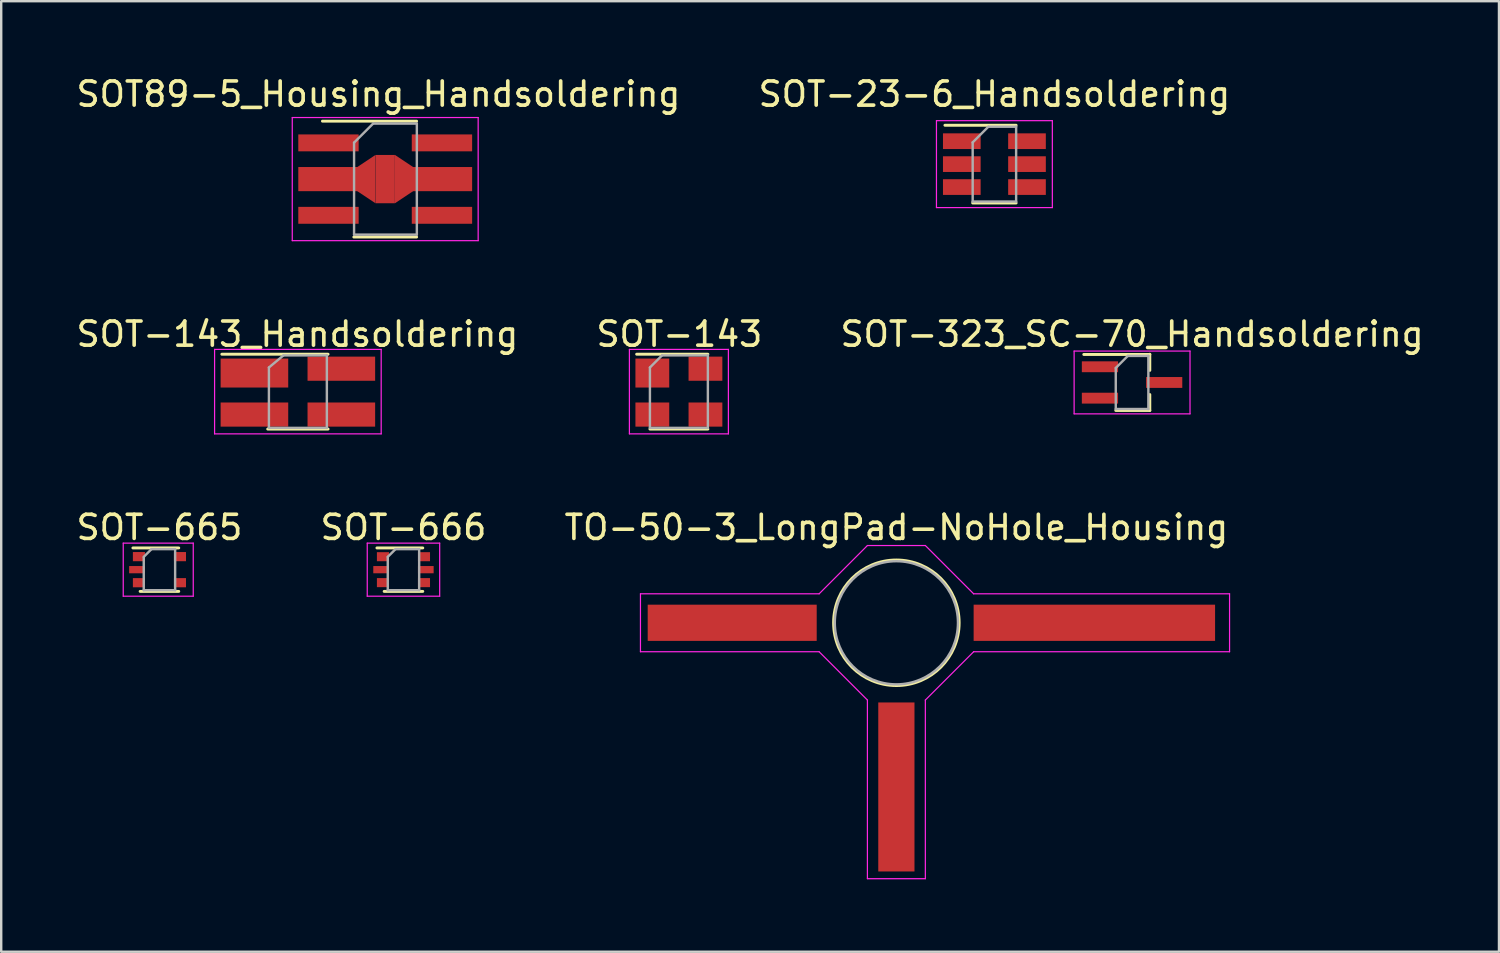
<source format=kicad_pcb>
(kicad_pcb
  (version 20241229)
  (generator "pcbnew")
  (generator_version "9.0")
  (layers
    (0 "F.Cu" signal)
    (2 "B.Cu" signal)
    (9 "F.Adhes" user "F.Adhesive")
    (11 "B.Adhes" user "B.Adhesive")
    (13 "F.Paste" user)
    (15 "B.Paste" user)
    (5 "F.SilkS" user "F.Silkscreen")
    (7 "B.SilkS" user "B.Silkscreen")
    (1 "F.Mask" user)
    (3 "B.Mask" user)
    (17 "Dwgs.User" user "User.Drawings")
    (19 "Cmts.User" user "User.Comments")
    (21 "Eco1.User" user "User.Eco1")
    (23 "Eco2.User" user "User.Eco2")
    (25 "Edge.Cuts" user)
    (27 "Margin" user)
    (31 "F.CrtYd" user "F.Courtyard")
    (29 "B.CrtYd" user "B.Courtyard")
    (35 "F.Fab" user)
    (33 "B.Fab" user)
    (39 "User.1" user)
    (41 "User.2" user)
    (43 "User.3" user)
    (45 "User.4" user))
  (footprint "SOT-143"
    (layer "F.Cu")
    (at 25.069 13.171)
    (property "Reference" "SOT-143" (at 0.02 -2.38 0) (layer "F.SilkS") (effects (font (size 1 1) (thickness 0.15))))
    (attr smd)
    (fp_line (start -1.2 1.55) (end 1.2 1.55) (stroke (width 0.12) (type solid)) (layer "F.SilkS"))
    (fp_line (start 1.2 -1.55) (end -1.75 -1.55) (stroke (width 0.12) (type solid)) (layer "F.SilkS"))
    (fp_line (start -2.05 1.75) (end -2.05 -1.75) (stroke (width 0.05) (type solid)) (layer "F.CrtYd"))
    (fp_line (start -2.05 1.75) (end 2.05 1.75) (stroke (width 0.05) (type solid)) (layer "F.CrtYd"))
    (fp_line (start 2.05 -1.75) (end -2.05 -1.75) (stroke (width 0.05) (type solid)) (layer "F.CrtYd"))
    (fp_line (start 2.05 -1.75) (end 2.05 1.75) (stroke (width 0.05) (type solid)) (layer "F.CrtYd"))
    (fp_line (start -1.2 -1) (end -0.7 -1.5) (stroke (width 0.1) (type solid)) (layer "F.Fab"))
    (fp_line (start -1.2 1.5) (end -1.2 -1) (stroke (width 0.1) (type solid)) (layer "F.Fab"))
    (fp_line (start -0.7 -1.5) (end 1.2 -1.5) (stroke (width 0.1) (type solid)) (layer "F.Fab"))
    (fp_line (start 1.2 -1.5) (end 1.2 1.5) (stroke (width 0.1) (type solid)) (layer "F.Fab"))
    (fp_line (start 1.2 1.5) (end -1.2 1.5) (stroke (width 0.1) (type solid)) (layer "F.Fab"))
    (pad "1" smd rect (at -1.1 -0.77 270) (size 1.2 1.4) (layers "F.Cu" "F.Mask" "F.Paste"))
    (pad "2" smd rect (at -1.1 0.95 270) (size 1 1.4) (layers "F.Cu" "F.Mask" "F.Paste"))
    (pad "3" smd rect (at 1.1 0.95 270) (size 1 1.4) (layers "F.Cu" "F.Mask" "F.Paste"))
    (pad "4" smd rect (at 1.1 -0.95 270) (size 1 1.4) (layers "F.Cu" "F.Mask" "F.Paste")))
  (footprint "SOT-666"
    (layer "F.Cu")
    (at 13.661 20.545)
    (property "Reference" "SOT-666" (at 0 -1.75 0) (layer "F.SilkS") (effects (font (size 1 1) (thickness 0.15))))
    (attr smd)
    (fp_line (start -0.8 0.9) (end 0.8 0.9) (stroke (width 0.12) (type solid)) (layer "F.SilkS"))
    (fp_line (start 0.8 -0.9) (end -1.1 -0.9) (stroke (width 0.12) (type solid)) (layer "F.SilkS"))
    (fp_line (start -1.5 -1.1) (end -1.5 1.1) (stroke (width 0.05) (type solid)) (layer "F.CrtYd"))
    (fp_line (start -1.5 -1.1) (end 1.5 -1.1) (stroke (width 0.05) (type solid)) (layer "F.CrtYd"))
    (fp_line (start -1.5 1.1) (end 1.5 1.1) (stroke (width 0.05) (type solid)) (layer "F.CrtYd"))
    (fp_line (start 1.5 1.1) (end 1.5 -1.1) (stroke (width 0.05) (type solid)) (layer "F.CrtYd"))
    (fp_line (start -0.65 -0.53) (end -0.65 0.85) (stroke (width 0.1) (type solid)) (layer "F.Fab"))
    (fp_line (start -0.65 -0.53) (end -0.33 -0.85) (stroke (width 0.1) (type solid)) (layer "F.Fab"))
    (fp_line (start 0.65 -0.85) (end -0.33 -0.85) (stroke (width 0.1) (type solid)) (layer "F.Fab"))
    (fp_line (start 0.65 -0.85) (end 0.65 0.85) (stroke (width 0.1) (type solid)) (layer "F.Fab"))
    (fp_line (start 0.65 0.85) (end -0.65 0.85) (stroke (width 0.1) (type solid)) (layer "F.Fab"))
    (pad "1" smd rect (at -0.85 -0.537) (size 0.5 0.375) (layers "F.Cu" "F.Mask" "F.Paste"))
    (pad "2" smd rect (at -0.925 0) (size 0.65 0.3) (layers "F.Cu" "F.Mask" "F.Paste"))
    (pad "3" smd rect (at -0.85 0.537) (size 0.5 0.375) (layers "F.Cu" "F.Mask" "F.Paste"))
    (pad "4" smd rect (at 0.85 0.537) (size 0.5 0.375) (layers "F.Cu" "F.Mask" "F.Paste"))
    (pad "5" smd rect (at 0.925 0) (size 0.65 0.3) (layers "F.Cu" "F.Mask" "F.Paste"))
    (pad "6" smd rect (at 0.85 -0.537) (size 0.5 0.375) (layers "F.Cu" "F.Mask" "F.Paste")))
  (footprint "SOT-23-6_Handsoldering"
    (layer "F.Cu")
    (at 38.137 3.748)
    (property "Reference" "SOT-23-6_Handsoldering" (at 0 -2.9 0) (layer "F.SilkS") (effects (font (size 1 1) (thickness 0.15))))
    (attr smd)
    (fp_line (start -0.9 1.61) (end 0.9 1.61) (stroke (width 0.12) (type solid)) (layer "F.SilkS"))
    (fp_line (start 0.9 -1.61) (end -2.05 -1.61) (stroke (width 0.12) (type solid)) (layer "F.SilkS"))
    (fp_line (start -2.4 -1.8) (end 2.4 -1.8) (stroke (width 0.05) (type solid)) (layer "F.CrtYd"))
    (fp_line (start -2.4 1.8) (end -2.4 -1.8) (stroke (width 0.05) (type solid)) (layer "F.CrtYd"))
    (fp_line (start 2.4 -1.8) (end 2.4 1.8) (stroke (width 0.05) (type solid)) (layer "F.CrtYd"))
    (fp_line (start 2.4 1.8) (end -2.4 1.8) (stroke (width 0.05) (type solid)) (layer "F.CrtYd"))
    (fp_line (start -0.9 -0.9) (end -0.9 1.55) (stroke (width 0.1) (type solid)) (layer "F.Fab"))
    (fp_line (start -0.9 -0.9) (end -0.25 -1.55) (stroke (width 0.1) (type solid)) (layer "F.Fab"))
    (fp_line (start 0.9 -1.55) (end -0.25 -1.55) (stroke (width 0.1) (type solid)) (layer "F.Fab"))
    (fp_line (start 0.9 -1.55) (end 0.9 1.55) (stroke (width 0.1) (type solid)) (layer "F.Fab"))
    (fp_line (start 0.9 1.55) (end -0.9 1.55) (stroke (width 0.1) (type solid)) (layer "F.Fab"))
    (pad "1" smd rect (at -1.35 -0.95) (size 1.56 0.65) (layers "F.Cu" "F.Mask" "F.Paste"))
    (pad "2" smd rect (at -1.35 0) (size 1.56 0.65) (layers "F.Cu" "F.Mask" "F.Paste"))
    (pad "3" smd rect (at -1.35 0.95) (size 1.56 0.65) (layers "F.Cu" "F.Mask" "F.Paste"))
    (pad "4" smd rect (at 1.35 0.95) (size 1.56 0.65) (layers "F.Cu" "F.Mask" "F.Paste"))
    (pad "5" smd rect (at 1.35 0) (size 1.56 0.65) (layers "F.Cu" "F.Mask" "F.Paste"))
    (pad "6" smd rect (at 1.35 -0.95) (size 1.56 0.65) (layers "F.Cu" "F.Mask" "F.Paste")))
  (footprint "SOT89-5_Housing_Handsoldering"
    (layer "F.Cu")
    (at 12.905 4.368)
    (property "Reference" "SOT89-5_Housing_Handsoldering" (at -0.28 -3.52 0) (layer "F.SilkS") (effects (font (size 1 1) (thickness 0.15))))
    (attr smd)
    (fp_line (start -2.6 -2.4) (end 1.3 -2.4) (stroke (width 0.12) (type solid)) (layer "F.SilkS"))
    (fp_line (start 1.3 2.4) (end -1.3 2.4) (stroke (width 0.12) (type solid)) (layer "F.SilkS"))
    (fp_line (start -3.85 -2.55) (end 3.85 -2.55) (stroke (width 0.05) (type solid)) (layer "F.CrtYd"))
    (fp_line (start -3.85 2.55) (end -3.85 -2.55) (stroke (width 0.05) (type solid)) (layer "F.CrtYd"))
    (fp_line (start -3.85 2.55) (end 3.85 2.55) (stroke (width 0.05) (type solid)) (layer "F.CrtYd"))
    (fp_line (start 3.85 -2.55) (end 3.85 2.55) (stroke (width 0.05) (type solid)) (layer "F.CrtYd"))
    (fp_line (start -1.29 -1.51) (end -0.5 -2.3) (stroke (width 0.1) (type solid)) (layer "F.Fab"))
    (fp_line (start -1.29 2.3) (end -1.29 -1.51) (stroke (width 0.1) (type solid)) (layer "F.Fab"))
    (fp_line (start -0.5 -2.3) (end 1.31 -2.3) (stroke (width 0.1) (type solid)) (layer "F.Fab"))
    (fp_line (start 1.31 -2.3) (end 1.31 2.3) (stroke (width 0.1) (type solid)) (layer "F.Fab"))
    (fp_line (start 1.31 2.3) (end -1.29 2.3) (stroke (width 0.1) (type solid)) (layer "F.Fab"))
    (pad "1" smd rect (at -2.35 -1.5 270) (size 0.7 2.5) (layers "F.Cu" "F.Mask" "F.Paste"))
    (pad "2" smd rect (at -2.35 0 270) (size 1 2.5) (layers "F.Cu" "F.Mask" "F.Paste"))
    (pad "2" smd trapezoid (at -0.78 0 90) (size 1.5 0.75) (rect_delta 0 0.5) (layers "F.Cu" "F.Mask" "F.Paste"))
    (pad "2" smd rect (at 0 0 270) (size 2 0.8) (layers "F.Cu" "F.Mask" "F.Paste"))
    (pad "2" smd trapezoid (at 0.78 0 270) (size 1.5 0.75) (rect_delta 0 0.5) (layers "F.Cu" "F.Mask" "F.Paste"))
    (pad "2" smd rect (at 2.35 0 270) (size 1 2.5) (layers "F.Cu" "F.Mask" "F.Paste"))
    (pad "3" smd rect (at -2.35 1.5 270) (size 0.7 2.5) (layers "F.Cu" "F.Mask" "F.Paste"))
    (pad "4" smd rect (at 2.35 1.5 270) (size 0.7 2.5) (layers "F.Cu" "F.Mask" "F.Paste"))
    (pad "5" smd rect (at 2.35 -1.5 270) (size 0.7 2.5) (layers "F.Cu" "F.Mask" "F.Paste")))
  (footprint "SOT-665"
    (layer "F.Cu")
    (at 3.514 20.545)
    (property "Reference" "SOT-665" (at 0.04 -1.75 0) (layer "F.SilkS") (effects (font (size 1 1) (thickness 0.15))))
    (attr smd)
    (fp_line (start -0.76 0.9) (end 0.84 0.9) (stroke (width 0.12) (type solid)) (layer "F.SilkS"))
    (fp_line (start 0.84 -0.9) (end -1.06 -0.9) (stroke (width 0.12) (type solid)) (layer "F.SilkS"))
    (fp_line (start -1.46 -1.1) (end -1.46 1.1) (stroke (width 0.05) (type solid)) (layer "F.CrtYd"))
    (fp_line (start -1.46 -1.1) (end 1.44 -1.1) (stroke (width 0.05) (type solid)) (layer "F.CrtYd"))
    (fp_line (start -1.46 1.1) (end 1.44 1.1) (stroke (width 0.05) (type solid)) (layer "F.CrtYd"))
    (fp_line (start 1.44 1.1) (end 1.44 -1.1) (stroke (width 0.05) (type solid)) (layer "F.CrtYd"))
    (fp_line (start -0.61 -0.53) (end -0.29 -0.85) (stroke (width 0.1) (type solid)) (layer "F.Fab"))
    (fp_line (start -0.61 -0.51) (end -0.61 0.85) (stroke (width 0.1) (type solid)) (layer "F.Fab"))
    (fp_line (start 0.69 -0.85) (end -0.29 -0.85) (stroke (width 0.1) (type solid)) (layer "F.Fab"))
    (fp_line (start 0.69 -0.85) (end 0.69 0.85) (stroke (width 0.1) (type solid)) (layer "F.Fab"))
    (fp_line (start 0.69 0.85) (end -0.61 0.85) (stroke (width 0.1) (type solid)) (layer "F.Fab"))
    (pad "1" smd rect (at -0.81 -0.54) (size 0.5 0.38) (layers "F.Cu" "F.Mask" "F.Paste"))
    (pad "2" smd rect (at -0.89 0) (size 0.65 0.3) (layers "F.Cu" "F.Mask" "F.Paste"))
    (pad "3" smd rect (at -0.81 0.54) (size 0.5 0.38) (layers "F.Cu" "F.Mask" "F.Paste"))
    (pad "4" smd rect (at 0.89 0.54) (size 0.5 0.38) (layers "F.Cu" "F.Mask" "F.Paste"))
    (pad "5" smd rect (at 0.89 -0.54) (size 0.5 0.38) (layers "F.Cu" "F.Mask" "F.Paste")))
  (footprint "SOT-323_SC-70_Handsoldering"
    (layer "F.Cu")
    (at 43.839 12.791)
    (property "Reference" "SOT-323_SC-70_Handsoldering" (at 0 -2 0) (layer "F.SilkS") (effects (font (size 1 1) (thickness 0.15))))
    (attr smd)
    (fp_line (start -0.675 1.16) (end 0.735 1.16) (stroke (width 0.12) (type solid)) (layer "F.SilkS"))
    (fp_line (start 0.735 -1.17) (end 0.735 -0.5) (stroke (width 0.12) (type solid)) (layer "F.SilkS"))
    (fp_line (start 0.735 -1.16) (end -2 -1.16) (stroke (width 0.12) (type solid)) (layer "F.SilkS"))
    (fp_line (start 0.735 0.5) (end 0.735 1.16) (stroke (width 0.12) (type solid)) (layer "F.SilkS"))
    (fp_line (start -2.4 -1.3) (end 2.4 -1.3) (stroke (width 0.05) (type solid)) (layer "F.CrtYd"))
    (fp_line (start -2.4 1.3) (end -2.4 -1.3) (stroke (width 0.05) (type solid)) (layer "F.CrtYd"))
    (fp_line (start 2.4 -1.3) (end 2.4 1.3) (stroke (width 0.05) (type solid)) (layer "F.CrtYd"))
    (fp_line (start 2.4 1.3) (end -2.4 1.3) (stroke (width 0.05) (type solid)) (layer "F.CrtYd"))
    (fp_line (start -0.675 -0.6) (end -0.675 1.1) (stroke (width 0.1) (type solid)) (layer "F.Fab"))
    (fp_line (start -0.175 -1.1) (end -0.675 -0.6) (stroke (width 0.1) (type solid)) (layer "F.Fab"))
    (fp_line (start 0.675 -1.1) (end -0.175 -1.1) (stroke (width 0.1) (type solid)) (layer "F.Fab"))
    (fp_line (start 0.675 -1.1) (end 0.675 1.1) (stroke (width 0.1) (type solid)) (layer "F.Fab"))
    (fp_line (start 0.675 1.1) (end -0.675 1.1) (stroke (width 0.1) (type solid)) (layer "F.Fab"))
    (pad "1" smd rect (at -1.33 -0.65 270) (size 0.45 1.5) (layers "F.Cu" "F.Mask" "F.Paste"))
    (pad "2" smd rect (at -1.33 0.65 270) (size 0.45 1.5) (layers "F.Cu" "F.Mask" "F.Paste"))
    (pad "3" smd rect (at 1.33 0 270) (size 0.45 1.5) (layers "F.Cu" "F.Mask" "F.Paste")))
  (footprint "SOT-143_Handsoldering"
    (layer "F.Cu")
    (at 9.288 13.171)
    (property "Reference" "SOT-143_Handsoldering" (at -0.02 -2.38 0) (layer "F.SilkS") (effects (font (size 1 1) (thickness 0.15))))
    (attr smd)
    (fp_line (start 1.25 -1.55) (end -3.15 -1.55) (stroke (width 0.12) (type solid)) (layer "F.SilkS"))
    (fp_line (start 1.25 1.55) (end -1.25 1.55) (stroke (width 0.12) (type solid)) (layer "F.SilkS"))
    (fp_line (start -3.45 1.75) (end -3.45 -1.75) (stroke (width 0.05) (type solid)) (layer "F.CrtYd"))
    (fp_line (start -3.45 1.75) (end 3.45 1.75) (stroke (width 0.05) (type solid)) (layer "F.CrtYd"))
    (fp_line (start 3.45 -1.75) (end -3.45 -1.75) (stroke (width 0.05) (type solid)) (layer "F.CrtYd"))
    (fp_line (start 3.45 -1.75) (end 3.45 1.75) (stroke (width 0.05) (type solid)) (layer "F.CrtYd"))
    (fp_line (start -1.2 1.5) (end -1.2 -1) (stroke (width 0.1) (type solid)) (layer "F.Fab"))
    (fp_line (start -0.6 -1.5) (end -1.2 -1) (stroke (width 0.1) (type solid)) (layer "F.Fab"))
    (fp_line (start -0.6 -1.5) (end 1.2 -1.5) (stroke (width 0.1) (type solid)) (layer "F.Fab"))
    (fp_line (start 1.2 -1.5) (end 1.2 1.5) (stroke (width 0.1) (type solid)) (layer "F.Fab"))
    (fp_line (start 1.2 1.5) (end -1.2 1.5) (stroke (width 0.1) (type solid)) (layer "F.Fab"))
    (pad "1" smd rect (at -1.8 -0.77 270) (size 1.2 2.8) (layers "F.Cu" "F.Mask" "F.Paste"))
    (pad "2" smd rect (at -1.8 0.95 270) (size 1 2.8) (layers "F.Cu" "F.Mask" "F.Paste"))
    (pad "3" smd rect (at 1.8 0.95 270) (size 1 2.8) (layers "F.Cu" "F.Mask" "F.Paste"))
    (pad "4" smd trapezoid (at 1.8 -0.95 270) (size 1 2.8) (layers "F.Cu" "F.Mask" "F.Paste")))
  (footprint "TO-50-3_LongPad-NoHole_Housing"
    (layer "F.Cu")
    (at 34.777 26.145)
    (property "Reference" "TO-50-3_LongPad-NoHole_Housing" (at -0.7 -7.35 180) (layer "F.SilkS") (effects (font (size 1 1) (thickness 0.15))))
    (attr smd)
    (fp_circle (center -0.7 -3.4) (end -0.7 -6) (stroke (width 0.12) (type solid)) (fill no) (layer "F.SilkS"))
    (fp_line (start -11.3 -4.6) (end -3.9 -4.6) (stroke (width 0.05) (type solid)) (layer "F.CrtYd"))
    (fp_line (start -11.3 -2.2) (end -11.3 -4.6) (stroke (width 0.05) (type solid)) (layer "F.CrtYd"))
    (fp_line (start -3.9 -4.6) (end -1.9 -6.6) (stroke (width 0.05) (type solid)) (layer "F.CrtYd"))
    (fp_line (start -3.9 -2.2) (end -11.3 -2.2) (stroke (width 0.05) (type solid)) (layer "F.CrtYd"))
    (fp_line (start -1.9 -6.6) (end 0.5 -6.6) (stroke (width 0.05) (type solid)) (layer "F.CrtYd"))
    (fp_line (start -1.9 -0.2) (end -3.9 -2.2) (stroke (width 0.05) (type solid)) (layer "F.CrtYd"))
    (fp_line (start -1.9 7.2) (end -1.9 -0.2) (stroke (width 0.05) (type solid)) (layer "F.CrtYd"))
    (fp_line (start 0.5 -6.6) (end 2.5 -4.6) (stroke (width 0.05) (type solid)) (layer "F.CrtYd"))
    (fp_line (start 0.5 -0.2) (end 0.5 7.2) (stroke (width 0.05) (type solid)) (layer "F.CrtYd"))
    (fp_line (start 0.5 7.2) (end -1.9 7.2) (stroke (width 0.05) (type solid)) (layer "F.CrtYd"))
    (fp_line (start 2.5 -4.6) (end 13.1 -4.6) (stroke (width 0.05) (type solid)) (layer "F.CrtYd"))
    (fp_line (start 2.5 -2.2) (end 0.5 -0.2) (stroke (width 0.05) (type solid)) (layer "F.CrtYd"))
    (fp_line (start 13.1 -4.6) (end 13.1 -2.2) (stroke (width 0.05) (type solid)) (layer "F.CrtYd"))
    (fp_line (start 13.1 -2.2) (end 2.5 -2.2) (stroke (width 0.05) (type solid)) (layer "F.CrtYd"))
    (fp_circle (center -0.7 -3.4) (end -0.65 -5.95) (stroke (width 0.1) (type solid)) (fill no) (layer "F.Fab"))
    (pad "1" smd rect (at -7.5 -3.4 90) (size 1.5 7) (layers "F.Cu" "F.Mask" "F.Paste"))
    (pad "2" smd rect (at -0.7 3.4 90) (size 7 1.5) (layers "F.Cu" "F.Mask" "F.Paste"))
    (pad "3" smd rect (at 7.5 -3.4 90) (size 1.5 10) (layers "F.Cu" "F.Mask" "F.Paste")))
  (gr_rect
    (start -3 -3)
    (end 59.036 36.37)
    (stroke (width 0.1) (type default))
    (fill no)
    (layer "Edge.Cuts")))
</source>
